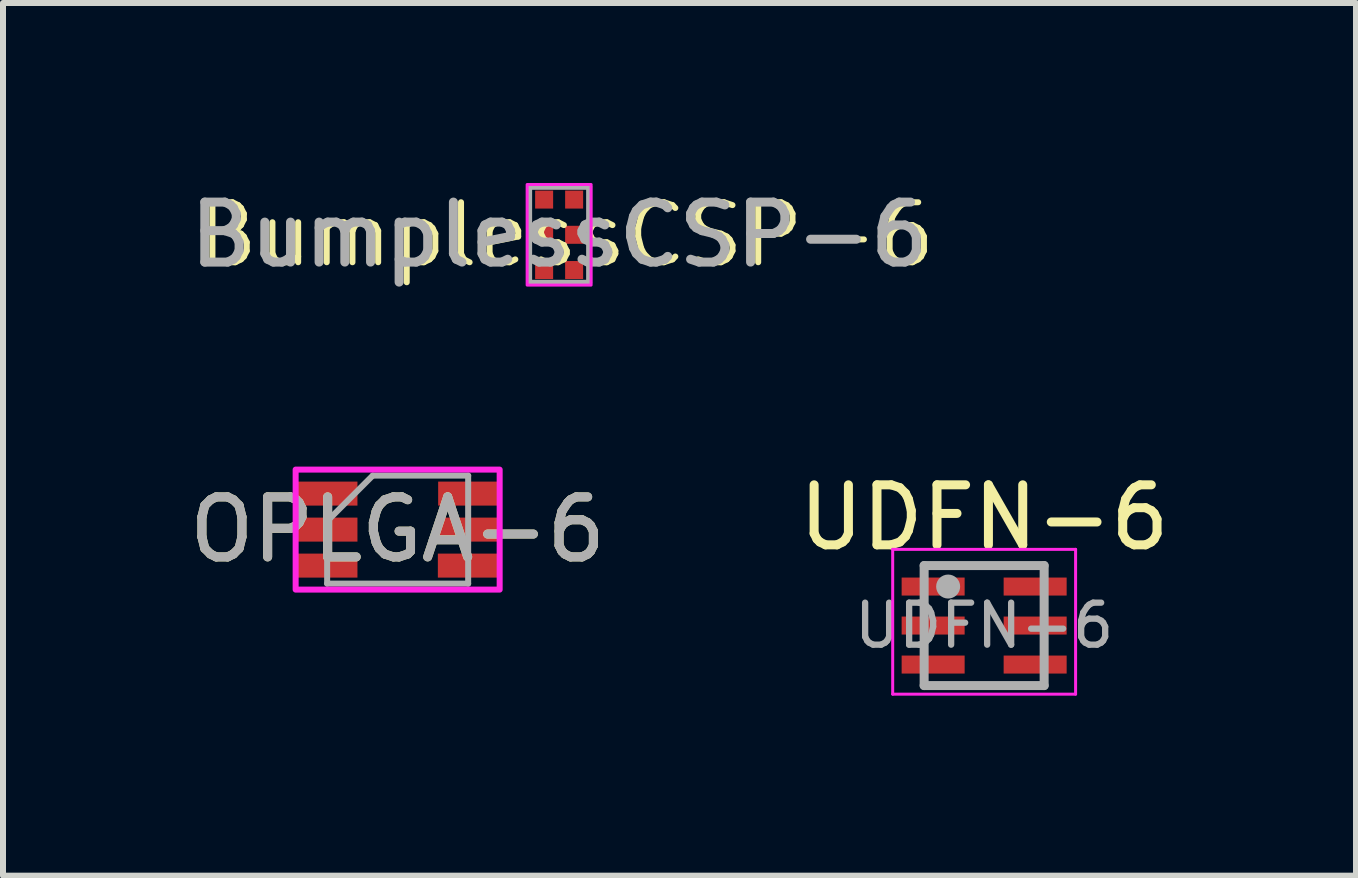
<source format=kicad_pcb>
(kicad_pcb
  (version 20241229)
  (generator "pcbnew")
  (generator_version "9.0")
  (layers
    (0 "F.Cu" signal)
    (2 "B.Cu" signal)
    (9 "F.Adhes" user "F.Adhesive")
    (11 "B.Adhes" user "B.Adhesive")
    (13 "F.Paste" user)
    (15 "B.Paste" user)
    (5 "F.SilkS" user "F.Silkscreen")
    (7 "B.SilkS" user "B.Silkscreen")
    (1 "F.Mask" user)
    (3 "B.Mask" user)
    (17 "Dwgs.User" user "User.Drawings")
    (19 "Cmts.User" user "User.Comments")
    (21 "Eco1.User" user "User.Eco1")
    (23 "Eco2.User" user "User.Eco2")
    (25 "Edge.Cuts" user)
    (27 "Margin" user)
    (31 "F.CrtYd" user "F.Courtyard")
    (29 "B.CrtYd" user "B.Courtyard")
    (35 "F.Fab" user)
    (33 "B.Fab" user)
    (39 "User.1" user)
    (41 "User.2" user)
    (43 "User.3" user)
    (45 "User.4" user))
  (footprint "OPLGA-6"
    (layer "F.Cu")
    (at 3.577 5.776)
    (property "Reference" "OPLGA-6" (at 0 0 0) (layer "F.SilkS") (effects (font (size 1 1) (thickness 0.15))))
    (attr through_hole)
    (fp_rect (start -1.7 -1) (end 1.7 1) (stroke (width 0.1) (type default)) (fill no) (layer "F.CrtYd"))
    (fp_line (start -1.175 0.9) (end -1.175 -0.14) (stroke (width 0.1) (type solid)) (layer "F.Fab"))
    (fp_line (start -1.168 -0.147) (end -0.417 -0.899) (stroke (width 0.1) (type solid)) (layer "F.Fab"))
    (fp_line (start -0.414 -0.9) (end 1.176 -0.9) (stroke (width 0.1) (type solid)) (layer "F.Fab"))
    (fp_line (start 1.175 -0.897) (end 1.175 0.9) (stroke (width 0.1) (type solid)) (layer "F.Fab"))
    (fp_line (start 1.175 0.9) (end -1.175 0.9) (stroke (width 0.1) (type solid)) (layer "F.Fab"))
    (fp_text user "${REFERENCE}" (at 0 0 0) (layer "F.Fab") (effects (font (size 1 1) (thickness 0.15))))
    (pad "1" smd rect (at -1.17 -0.6) (size 1 0.4) (layers "F.Cu" "F.Mask" "F.Paste"))
    (pad "2" smd rect (at -1.17 0) (size 1 0.4) (layers "F.Cu" "F.Mask" "F.Paste"))
    (pad "3" smd rect (at -1.17 0.6) (size 1 0.4) (layers "F.Cu" "F.Mask" "F.Paste"))
    (pad "4" smd rect (at 1.17 0.6) (size 1 0.4) (layers "F.Cu" "F.Mask" "F.Paste"))
    (pad "5" smd rect (at 1.17 0) (size 1 0.4) (layers "F.Cu" "F.Mask" "F.Paste"))
    (pad "6" smd rect (at 1.175 -0.6) (size 1 0.4) (layers "F.Cu" "F.Mask" "F.Paste")))
  (footprint "UDFN-6"
    (layer "F.Cu")
    (at 13.351 7.375)
    (property "Reference" "UDFN-6" (at 0 -1.8 0) (layer "F.SilkS") (effects (font (size 1 1) (thickness 0.15))))
    (attr smd)
    (fp_line (start -1.524 -1.27) (end 1.524 -1.27) (stroke (width 0.05) (type default)) (layer "F.CrtYd"))
    (fp_line (start -1.524 1.143) (end -1.524 -1.27) (stroke (width 0.05) (type default)) (layer "F.CrtYd"))
    (fp_line (start 1.524 -1.27) (end 1.524 1.143) (stroke (width 0.05) (type default)) (layer "F.CrtYd"))
    (fp_line (start 1.524 1.143) (end -1.524 1.143) (stroke (width 0.05) (type default)) (layer "F.CrtYd"))
    (fp_line (start -1 -1) (end 1 -1) (stroke (width 0.15) (type solid)) (layer "F.Fab"))
    (fp_line (start -1 1) (end -1 -1) (stroke (width 0.15) (type solid)) (layer "F.Fab"))
    (fp_line (start 1 -1) (end 1 1) (stroke (width 0.15) (type solid)) (layer "F.Fab"))
    (fp_line (start 1 1) (end -1 1) (stroke (width 0.15) (type solid)) (layer "F.Fab"))
    (fp_circle (center -0.6 -0.65) (end -0.5 -0.65) (stroke (width 0.2) (type solid)) (fill no) (layer "F.Fab"))
    (fp_text user "${REFERENCE}" (at 0 0 0) (layer "F.Fab") (effects (font (size 0.7 0.7) (thickness 0.105))))
    (pad "1" smd rect (at -0.85 -0.65) (size 1.05 0.3) (layers "F.Cu" "F.Mask" "F.Paste"))
    (pad "2" smd rect (at -0.85 0) (size 1.05 0.3) (layers "F.Cu" "F.Mask" "F.Paste"))
    (pad "3" smd rect (at -0.85 0.65) (size 1.05 0.3) (layers "F.Cu" "F.Mask" "F.Paste"))
    (pad "4" smd rect (at 0.85 0.65) (size 1.05 0.3) (layers "F.Cu" "F.Mask" "F.Paste"))
    (pad "5" smd rect (at 0.85 0) (size 1.05 0.3) (layers "F.Cu" "F.Mask" "F.Paste"))
    (pad "6" smd rect (at 0.85 -0.65) (size 1.05 0.3) (layers "F.Cu" "F.Mask" "F.Paste")))
  (footprint "BumplessCSP-6"
    (layer "F.Cu")
    (at 6.268 0.863)
    (property "Reference" "BumplessCSP-6" (at 0.127 0 0) (unlocked yes) (layer "F.SilkS") (effects (font (size 1 1) (thickness 0.1))))
    (attr smd)
    (fp_rect (start -0.533 -0.838) (end 0.533 0.838) (stroke (width 0.05) (type default)) (fill no) (layer "F.CrtYd"))
    (fp_line (start -0.5 -0.8) (end 0.5 -0.8) (stroke (width 0.1) (type default)) (layer "F.Fab"))
    (fp_line (start -0.5 0.8) (end -0.5 -0.8) (stroke (width 0.1) (type default)) (layer "F.Fab"))
    (fp_line (start 0.5 -0.8) (end 0.5 0.8) (stroke (width 0.1) (type default)) (layer "F.Fab"))
    (fp_line (start 0.5 0.8) (end -0.5 0.8) (stroke (width 0.1) (type default)) (layer "F.Fab"))
    (fp_text user "${REFERENCE}" (at 0 0 0) (unlocked yes) (layer "F.Fab") (effects (font (size 1 1) (thickness 0.15))))
    (pad "A1" smd rect (at -0.25 -0.587) (size 0.3 0.3) (layers "F.Cu" "F.Mask" "F.Paste"))
    (pad "A2" smd rect (at -0.25 0) (size 0.3 0.3) (layers "F.Cu" "F.Mask" "F.Paste"))
    (pad "A3" smd rect (at -0.25 0.587) (size 0.3 0.3) (layers "F.Cu" "F.Mask" "F.Paste"))
    (pad "B1" smd rect (at 0.25 -0.587) (size 0.3 0.3) (layers "F.Cu" "F.Mask" "F.Paste"))
    (pad "B2" smd rect (at 0.25 0) (size 0.3 0.3) (layers "F.Cu" "F.Mask" "F.Paste"))
    (pad "B3" smd rect (at 0.25 0.587) (size 0.3 0.3) (layers "F.Cu" "F.Mask" "F.Paste")))
  (gr_rect
    (start -3 -3)
    (end 19.548 11.543)
    (stroke (width 0.1) (type default))
    (fill no)
    (layer "Edge.Cuts")))
</source>
